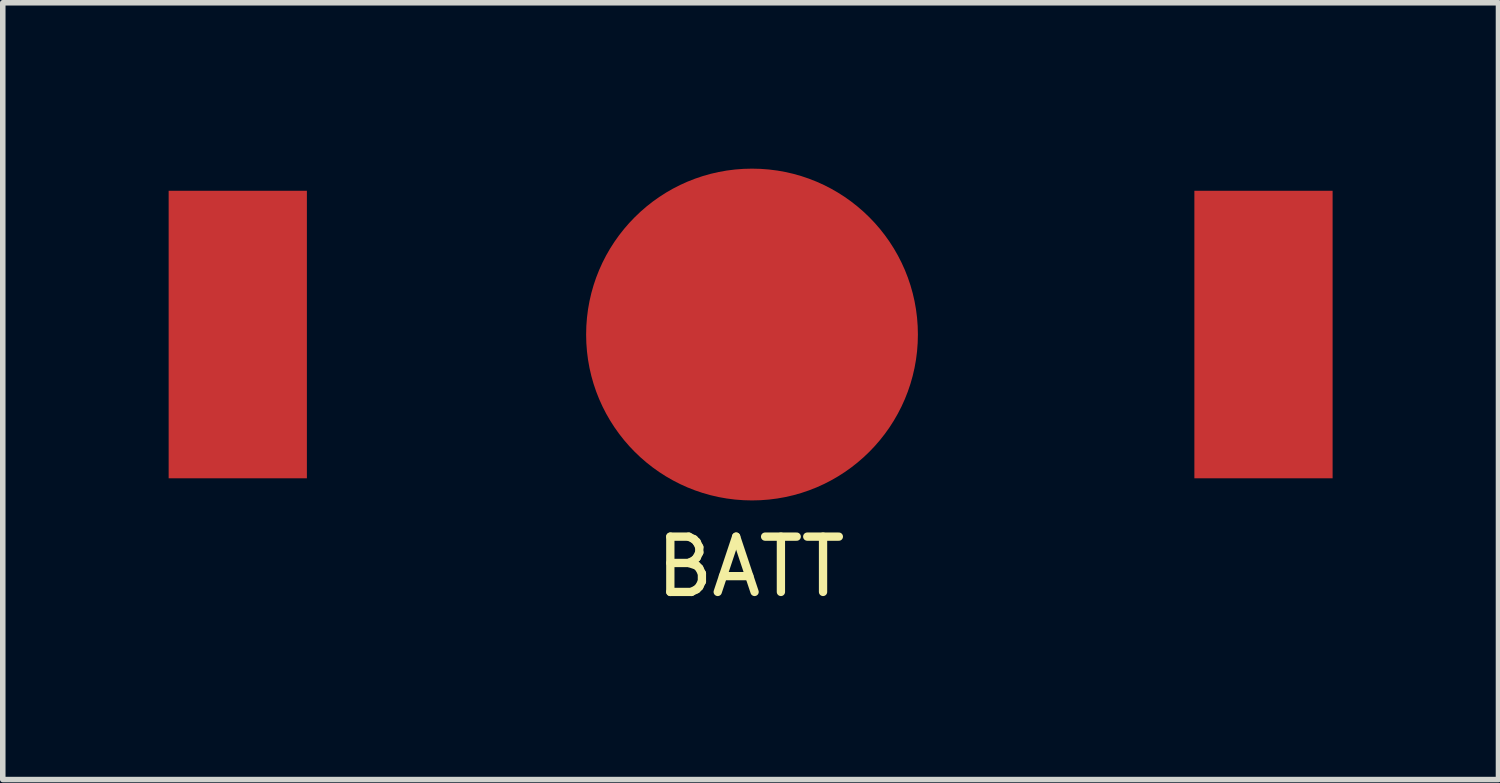
<source format=kicad_pcb>
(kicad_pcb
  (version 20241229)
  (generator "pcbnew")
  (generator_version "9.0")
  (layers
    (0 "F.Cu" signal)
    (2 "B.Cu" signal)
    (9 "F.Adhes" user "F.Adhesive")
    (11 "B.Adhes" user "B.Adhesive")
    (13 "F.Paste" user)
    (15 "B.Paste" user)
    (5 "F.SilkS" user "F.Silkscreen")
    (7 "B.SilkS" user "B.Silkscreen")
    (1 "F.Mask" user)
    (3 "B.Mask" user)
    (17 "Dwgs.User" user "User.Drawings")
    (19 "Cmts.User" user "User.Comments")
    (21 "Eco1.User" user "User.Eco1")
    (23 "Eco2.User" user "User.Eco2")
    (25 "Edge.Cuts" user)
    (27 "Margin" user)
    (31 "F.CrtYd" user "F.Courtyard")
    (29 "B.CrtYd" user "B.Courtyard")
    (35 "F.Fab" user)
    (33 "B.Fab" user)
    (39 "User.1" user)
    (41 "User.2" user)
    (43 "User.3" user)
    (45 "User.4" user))
  (footprint "BATT"
    (layer "F.Cu")
    (at 10.525 3)
    (property "Reference" "BATT" (at 0 4.2 0) (layer "F.SilkS") (effects (font (size 1 1) (thickness 0.15))))
    (attr through_hole)
    (pad "1" smd circle (at 0.025 0) (size 6 6) (layers "F.Cu" "F.Mask" "F.Paste"))
    (pad "2" smd rect (at 9.275 0) (size 2.5 5.2) (layers "F.Cu" "F.Mask" "F.Paste"))
    (pad "3" smd rect (at -9.275 0) (size 2.5 5.2) (layers "F.Cu" "F.Mask" "F.Paste")))
  (gr_rect
    (start -3 -3)
    (end 24.05 11.048)
    (stroke (width 0.1) (type default))
    (fill no)
    (layer "Edge.Cuts")))
</source>
